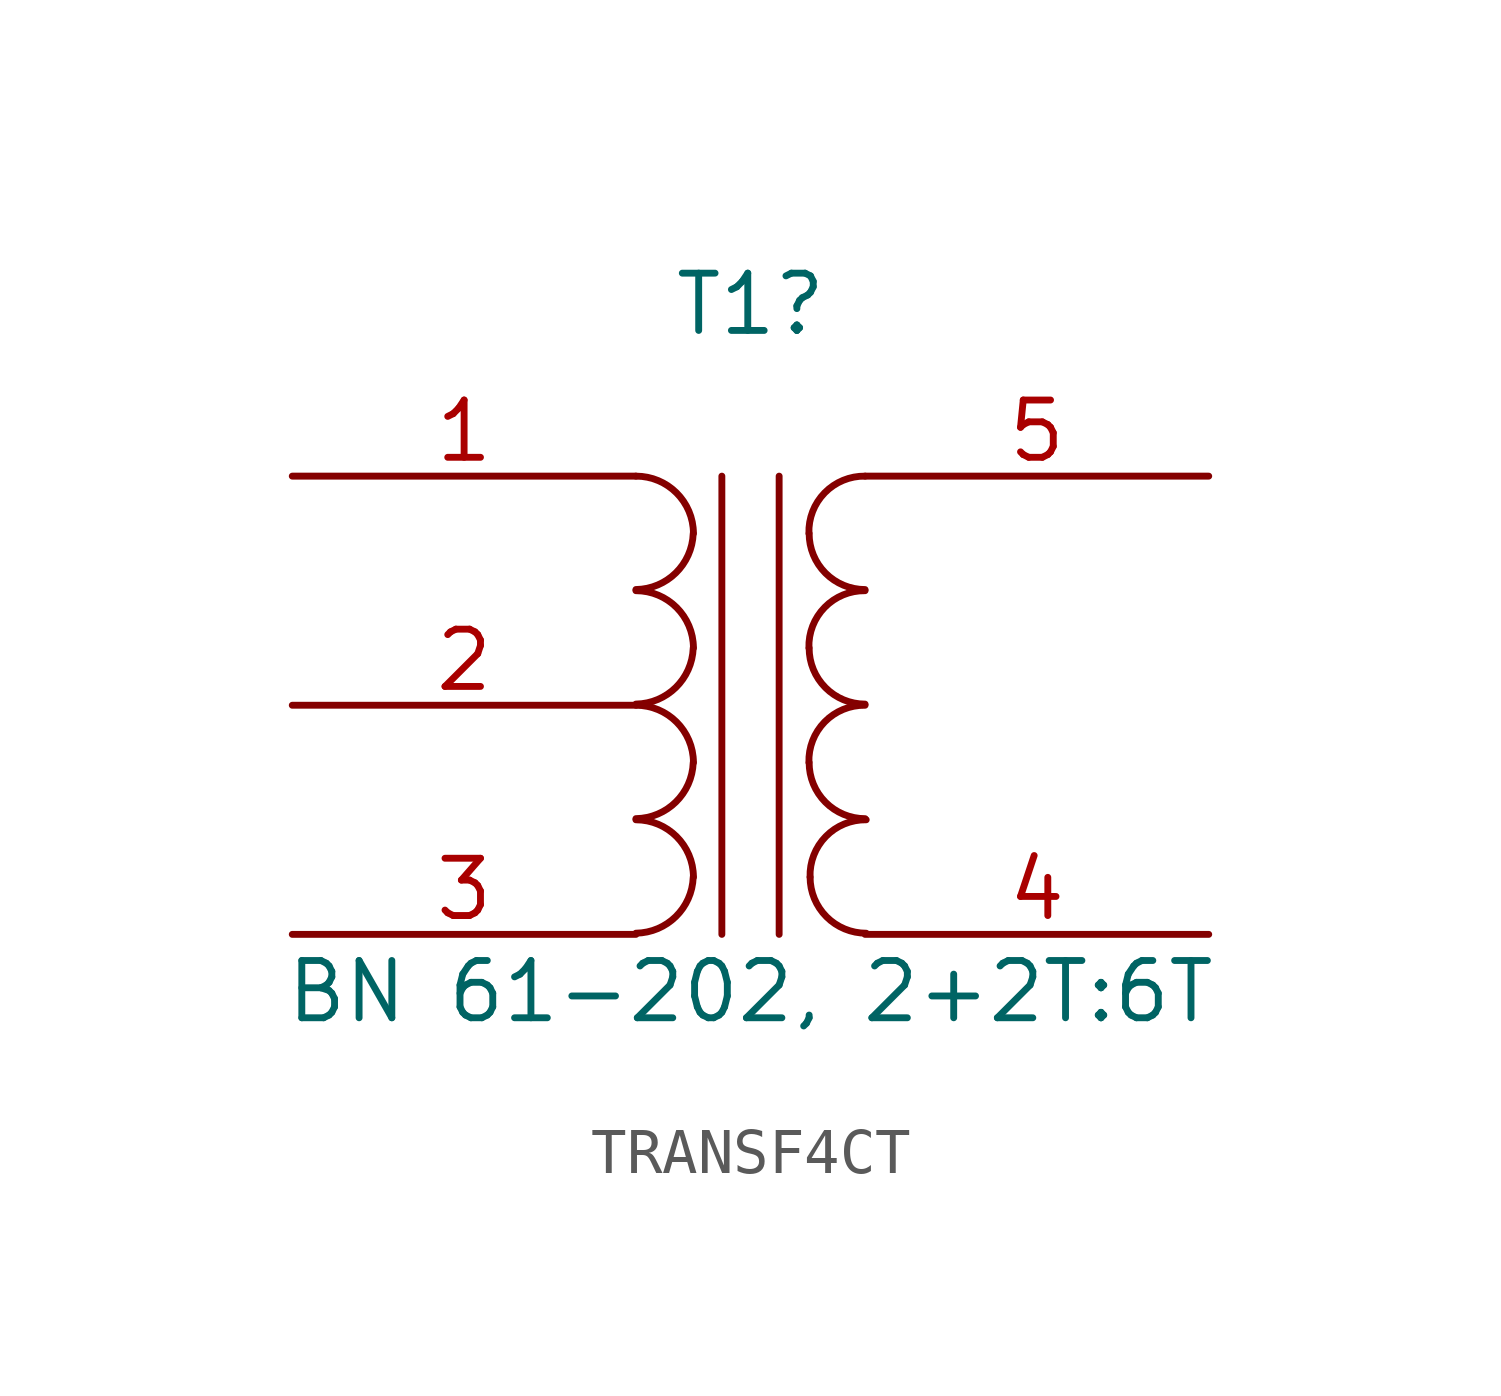
<source format=kicad_sym>
(kicad_symbol_lib
  (version 20220914)
  (generator kicad_symbol_editor)
  (symbol "TRANSF4CT"
    (pin_names
      (offset 1.016) hide)
    (property "Reference" "T1"
      (at 0 8.89 0)
      (effects (font (size 1.27 1.27))))
    (property "Value" "BN 61-202, 2+2T:6T"
      (at 0 -6.35 0)
      (effects (font (size 1.27 1.27))))
    (property "Datasheet" ""
      (at 0 0 0)
      (effects (font (size 1.27 1.27))))
    (symbol "TRANSF4CT_0_1"
      (arc (start -2.54 -5.0546) (mid -1.6561 -4.6863) (end -1.27 -3.81) (stroke (width 0) (type default)) (fill (type none)))
      (arc (start -2.54 -2.5146) (mid -1.6561 -2.1463) (end -1.27 -1.27) (stroke (width 0) (type default)) (fill (type none)))
      (arc (start -2.54 0.0254) (mid -1.6561 0.3937) (end -1.27 1.27) (stroke (width 0) (type default)) (fill (type none)))
      (arc (start -2.54 2.5654) (mid -1.6561 2.9337) (end -1.27 3.81) (stroke (width 0) (type default)) (fill (type none)))
      (arc (start -1.27 -3.81) (mid -1.642 -2.912) (end -2.54 -2.54) (stroke (width 0) (type default)) (fill (type none)))
      (arc (start -1.27 -1.27) (mid -1.642 -0.372) (end -2.54 0) (stroke (width 0) (type default)) (fill (type none)))
      (arc (start -1.27 1.27) (mid -1.642 2.168) (end -2.54 2.54) (stroke (width 0) (type default)) (fill (type none)))
      (arc (start -1.27 3.81) (mid -1.642 4.708) (end -2.54 5.08) (stroke (width 0) (type default)) (fill (type none)))
      (polyline (pts (xy -0.635 5.08) (xy -0.635 -5.08)) (stroke (width 0) (type default)) (fill (type none)))
      (polyline (pts (xy 0.635 -5.08) (xy 0.635 5.08)) (stroke (width 0) (type default)) (fill (type none)))
      (arc (start 1.2954 -1.27) (mid 1.6599 -2.1501) (end 2.54 -2.5146) (stroke (width 0) (type default)) (fill (type none)))
      (arc (start 1.2954 1.27) (mid 1.6599 0.3899) (end 2.54 0.0254) (stroke (width 0) (type default)) (fill (type none)))
      (arc (start 1.2954 3.81) (mid 1.6599 2.9299) (end 2.54 2.5654) (stroke (width 0) (type default)) (fill (type none)))
      (arc (start 1.3208 -3.81) (mid 1.6853 -4.6901) (end 2.5654 -5.0546) (stroke (width 0) (type default)) (fill (type none)))
      (arc (start 2.54 0) (mid 1.6456 -0.3683) (end 1.2954 -1.27) (stroke (width 0) (type default)) (fill (type none)))
      (arc (start 2.54 2.54) (mid 1.6456 2.1717) (end 1.2954 1.27) (stroke (width 0) (type default)) (fill (type none)))
      (arc (start 2.54 5.08) (mid 1.6456 4.7117) (end 1.2954 3.81) (stroke (width 0) (type default)) (fill (type none)))
      (arc (start 2.5654 -2.54) (mid 1.671 -2.9083) (end 1.3208 -3.81) (stroke (width 0) (type default)) (fill (type none))))
    (symbol "TRANSF4CT_1_1"
      (pin passive line (at -10.16 5.08 0) (length 7.62) (name "PR1" (effects (font (size 1.27 1.27)))) (number "1" (effects (font (size 1.27 1.27)))))
      (pin passive line (at -10.16 0 0) (length 7.62) (name "PM" (effects (font (size 1.27 1.27)))) (number "2" (effects (font (size 1.27 1.27)))))
      (pin passive line (at -10.16 -5.08 0) (length 7.62) (name "PR2" (effects (font (size 1.27 1.27)))) (number "3" (effects (font (size 1.27 1.27)))))
      (pin passive line (at 10.16 -5.08 180) (length 7.62) (name "S2" (effects (font (size 1.27 1.27)))) (number "4" (effects (font (size 1.27 1.27)))))
      (pin passive line (at 10.16 5.08 180) (length 7.62) (name "S1" (effects (font (size 1.27 1.27)))) (number "5" (effects (font (size 1.27 1.27))))))))
</source>
